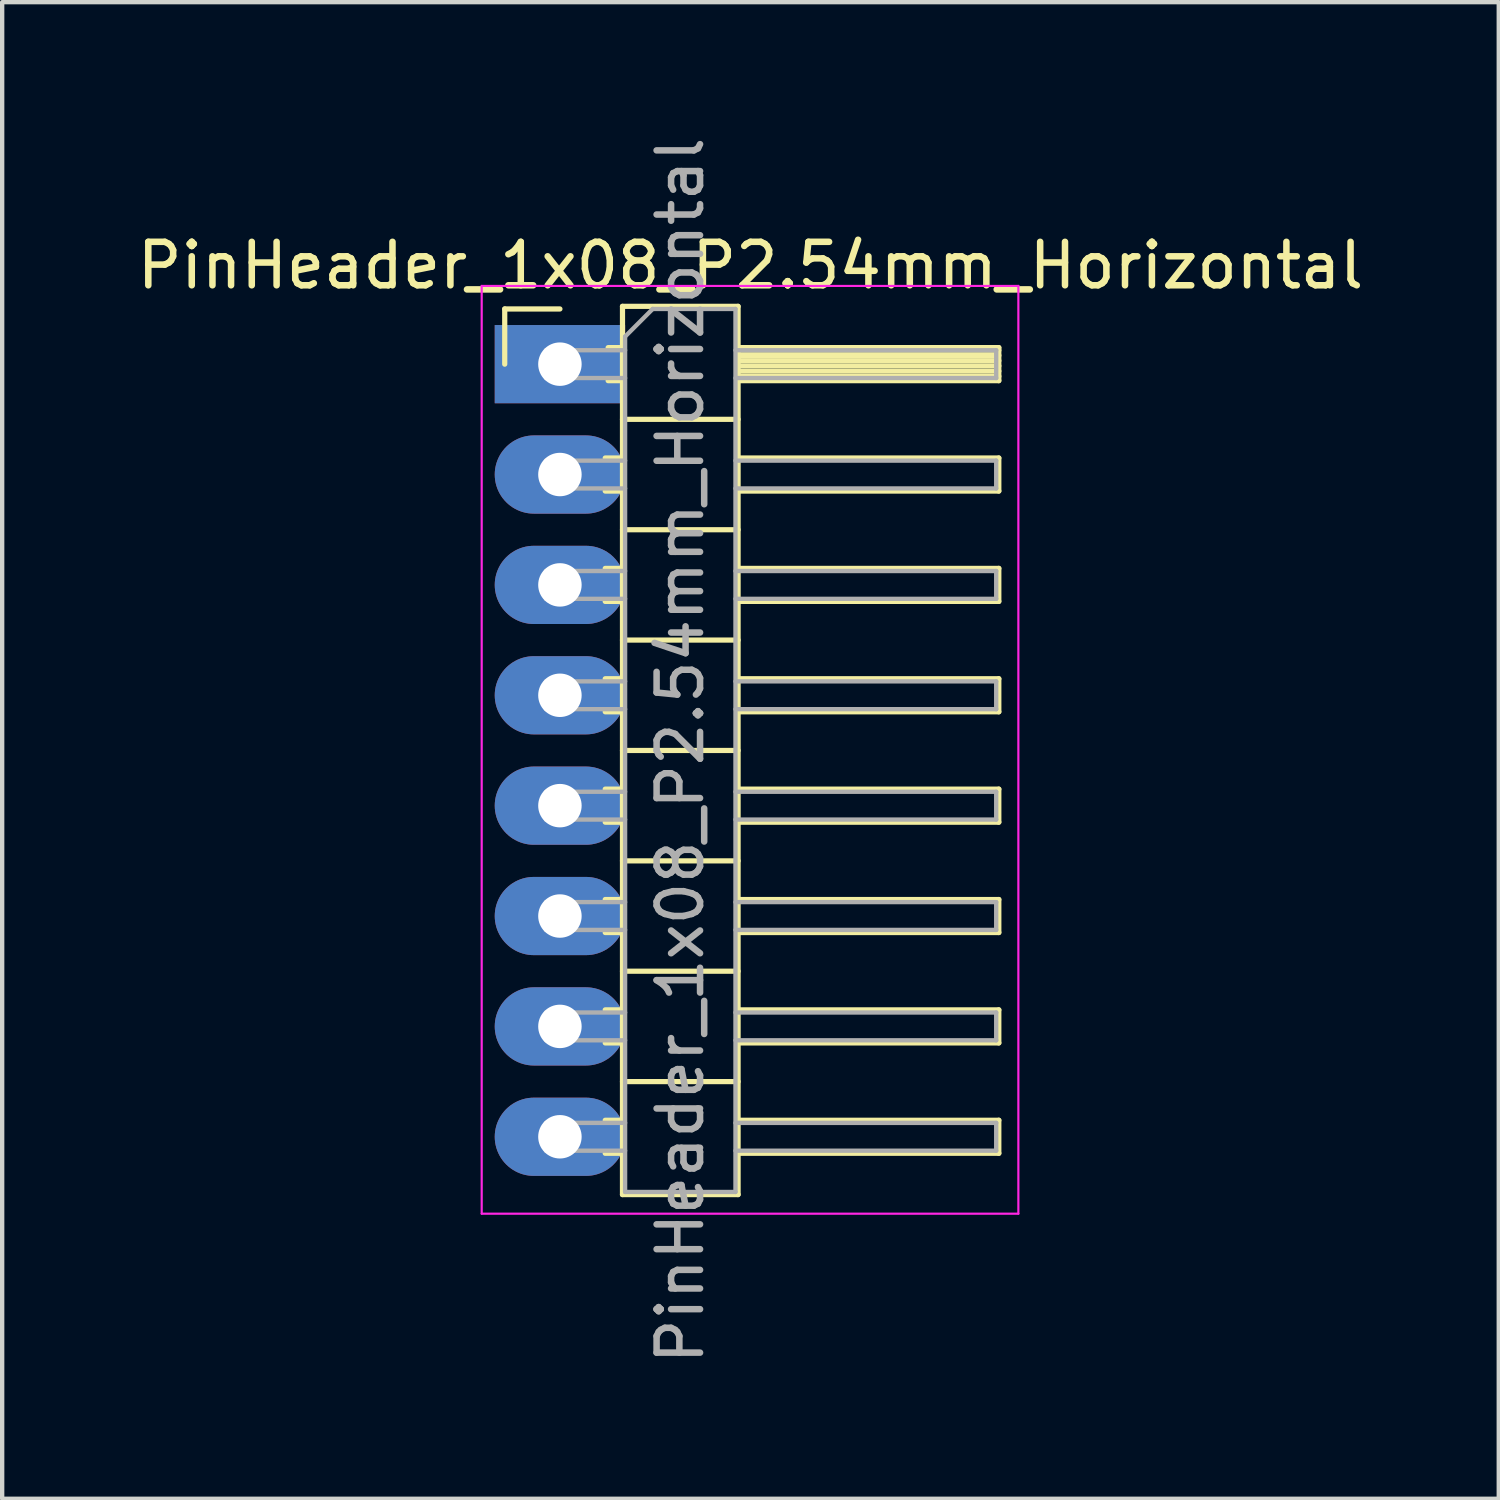
<source format=kicad_pcb>
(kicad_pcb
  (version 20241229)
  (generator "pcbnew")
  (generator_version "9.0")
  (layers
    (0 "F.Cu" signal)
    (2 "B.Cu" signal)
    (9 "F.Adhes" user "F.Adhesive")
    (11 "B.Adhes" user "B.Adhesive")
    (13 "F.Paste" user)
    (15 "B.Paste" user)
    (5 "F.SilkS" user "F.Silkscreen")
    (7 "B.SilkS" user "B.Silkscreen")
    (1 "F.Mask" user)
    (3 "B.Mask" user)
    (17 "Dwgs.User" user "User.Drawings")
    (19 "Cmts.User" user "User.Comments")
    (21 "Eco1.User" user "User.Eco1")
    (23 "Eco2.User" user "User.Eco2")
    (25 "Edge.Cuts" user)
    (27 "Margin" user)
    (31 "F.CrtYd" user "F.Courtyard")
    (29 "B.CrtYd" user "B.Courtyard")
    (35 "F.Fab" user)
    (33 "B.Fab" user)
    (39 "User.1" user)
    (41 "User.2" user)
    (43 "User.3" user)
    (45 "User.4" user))
  (footprint "PinHeader_1x08_P2.54mm_Horizontal"
    (layer "F.Cu")
    (at 9.835 5.33)
    (property "Reference" "PinHeader_1x08_P2.54mm_Horizontal" (at 4.385 -2.27 0) (layer "F.SilkS") (effects (font (size 1 1) (thickness 0.15))))
    (attr through_hole)
    (fp_line (start -1.27 -1.27) (end 0 -1.27) (stroke (width 0.12) (type solid)) (layer "F.SilkS"))
    (fp_line (start -1.27 0) (end -1.27 -1.27) (stroke (width 0.12) (type solid)) (layer "F.SilkS"))
    (fp_line (start 1.043 2.16) (end 1.44 2.16) (stroke (width 0.12) (type solid)) (layer "F.SilkS"))
    (fp_line (start 1.043 2.92) (end 1.44 2.92) (stroke (width 0.12) (type solid)) (layer "F.SilkS"))
    (fp_line (start 1.043 4.7) (end 1.44 4.7) (stroke (width 0.12) (type solid)) (layer "F.SilkS"))
    (fp_line (start 1.043 5.46) (end 1.44 5.46) (stroke (width 0.12) (type solid)) (layer "F.SilkS"))
    (fp_line (start 1.043 7.24) (end 1.44 7.24) (stroke (width 0.12) (type solid)) (layer "F.SilkS"))
    (fp_line (start 1.043 8) (end 1.44 8) (stroke (width 0.12) (type solid)) (layer "F.SilkS"))
    (fp_line (start 1.043 9.78) (end 1.44 9.78) (stroke (width 0.12) (type solid)) (layer "F.SilkS"))
    (fp_line (start 1.043 10.54) (end 1.44 10.54) (stroke (width 0.12) (type solid)) (layer "F.SilkS"))
    (fp_line (start 1.043 12.32) (end 1.44 12.32) (stroke (width 0.12) (type solid)) (layer "F.SilkS"))
    (fp_line (start 1.043 13.08) (end 1.44 13.08) (stroke (width 0.12) (type solid)) (layer "F.SilkS"))
    (fp_line (start 1.043 14.86) (end 1.44 14.86) (stroke (width 0.12) (type solid)) (layer "F.SilkS"))
    (fp_line (start 1.043 15.62) (end 1.44 15.62) (stroke (width 0.12) (type solid)) (layer "F.SilkS"))
    (fp_line (start 1.043 17.4) (end 1.44 17.4) (stroke (width 0.12) (type solid)) (layer "F.SilkS"))
    (fp_line (start 1.043 18.16) (end 1.44 18.16) (stroke (width 0.12) (type solid)) (layer "F.SilkS"))
    (fp_line (start 1.11 -0.38) (end 1.44 -0.38) (stroke (width 0.12) (type solid)) (layer "F.SilkS"))
    (fp_line (start 1.11 0.38) (end 1.44 0.38) (stroke (width 0.12) (type solid)) (layer "F.SilkS"))
    (fp_line (start 1.44 -1.33) (end 1.44 19.11) (stroke (width 0.12) (type solid)) (layer "F.SilkS"))
    (fp_line (start 1.44 1.27) (end 4.1 1.27) (stroke (width 0.12) (type solid)) (layer "F.SilkS"))
    (fp_line (start 1.44 3.81) (end 4.1 3.81) (stroke (width 0.12) (type solid)) (layer "F.SilkS"))
    (fp_line (start 1.44 6.35) (end 4.1 6.35) (stroke (width 0.12) (type solid)) (layer "F.SilkS"))
    (fp_line (start 1.44 8.89) (end 4.1 8.89) (stroke (width 0.12) (type solid)) (layer "F.SilkS"))
    (fp_line (start 1.44 11.43) (end 4.1 11.43) (stroke (width 0.12) (type solid)) (layer "F.SilkS"))
    (fp_line (start 1.44 13.97) (end 4.1 13.97) (stroke (width 0.12) (type solid)) (layer "F.SilkS"))
    (fp_line (start 1.44 16.51) (end 4.1 16.51) (stroke (width 0.12) (type solid)) (layer "F.SilkS"))
    (fp_line (start 1.44 19.11) (end 4.1 19.11) (stroke (width 0.12) (type solid)) (layer "F.SilkS"))
    (fp_line (start 4.1 -1.33) (end 1.44 -1.33) (stroke (width 0.12) (type solid)) (layer "F.SilkS"))
    (fp_line (start 4.1 -0.38) (end 10.1 -0.38) (stroke (width 0.12) (type solid)) (layer "F.SilkS"))
    (fp_line (start 4.1 -0.32) (end 10.1 -0.32) (stroke (width 0.12) (type solid)) (layer "F.SilkS"))
    (fp_line (start 4.1 -0.2) (end 10.1 -0.2) (stroke (width 0.12) (type solid)) (layer "F.SilkS"))
    (fp_line (start 4.1 -0.08) (end 10.1 -0.08) (stroke (width 0.12) (type solid)) (layer "F.SilkS"))
    (fp_line (start 4.1 0.04) (end 10.1 0.04) (stroke (width 0.12) (type solid)) (layer "F.SilkS"))
    (fp_line (start 4.1 0.16) (end 10.1 0.16) (stroke (width 0.12) (type solid)) (layer "F.SilkS"))
    (fp_line (start 4.1 0.28) (end 10.1 0.28) (stroke (width 0.12) (type solid)) (layer "F.SilkS"))
    (fp_line (start 4.1 2.16) (end 10.1 2.16) (stroke (width 0.12) (type solid)) (layer "F.SilkS"))
    (fp_line (start 4.1 4.7) (end 10.1 4.7) (stroke (width 0.12) (type solid)) (layer "F.SilkS"))
    (fp_line (start 4.1 7.24) (end 10.1 7.24) (stroke (width 0.12) (type solid)) (layer "F.SilkS"))
    (fp_line (start 4.1 9.78) (end 10.1 9.78) (stroke (width 0.12) (type solid)) (layer "F.SilkS"))
    (fp_line (start 4.1 12.32) (end 10.1 12.32) (stroke (width 0.12) (type solid)) (layer "F.SilkS"))
    (fp_line (start 4.1 14.86) (end 10.1 14.86) (stroke (width 0.12) (type solid)) (layer "F.SilkS"))
    (fp_line (start 4.1 17.4) (end 10.1 17.4) (stroke (width 0.12) (type solid)) (layer "F.SilkS"))
    (fp_line (start 4.1 19.11) (end 4.1 -1.33) (stroke (width 0.12) (type solid)) (layer "F.SilkS"))
    (fp_line (start 10.1 -0.38) (end 10.1 0.38) (stroke (width 0.12) (type solid)) (layer "F.SilkS"))
    (fp_line (start 10.1 0.38) (end 4.1 0.38) (stroke (width 0.12) (type solid)) (layer "F.SilkS"))
    (fp_line (start 10.1 2.16) (end 10.1 2.92) (stroke (width 0.12) (type solid)) (layer "F.SilkS"))
    (fp_line (start 10.1 2.92) (end 4.1 2.92) (stroke (width 0.12) (type solid)) (layer "F.SilkS"))
    (fp_line (start 10.1 4.7) (end 10.1 5.46) (stroke (width 0.12) (type solid)) (layer "F.SilkS"))
    (fp_line (start 10.1 5.46) (end 4.1 5.46) (stroke (width 0.12) (type solid)) (layer "F.SilkS"))
    (fp_line (start 10.1 7.24) (end 10.1 8) (stroke (width 0.12) (type solid)) (layer "F.SilkS"))
    (fp_line (start 10.1 8) (end 4.1 8) (stroke (width 0.12) (type solid)) (layer "F.SilkS"))
    (fp_line (start 10.1 9.78) (end 10.1 10.54) (stroke (width 0.12) (type solid)) (layer "F.SilkS"))
    (fp_line (start 10.1 10.54) (end 4.1 10.54) (stroke (width 0.12) (type solid)) (layer "F.SilkS"))
    (fp_line (start 10.1 12.32) (end 10.1 13.08) (stroke (width 0.12) (type solid)) (layer "F.SilkS"))
    (fp_line (start 10.1 13.08) (end 4.1 13.08) (stroke (width 0.12) (type solid)) (layer "F.SilkS"))
    (fp_line (start 10.1 14.86) (end 10.1 15.62) (stroke (width 0.12) (type solid)) (layer "F.SilkS"))
    (fp_line (start 10.1 15.62) (end 4.1 15.62) (stroke (width 0.12) (type solid)) (layer "F.SilkS"))
    (fp_line (start 10.1 17.4) (end 10.1 18.16) (stroke (width 0.12) (type solid)) (layer "F.SilkS"))
    (fp_line (start 10.1 18.16) (end 4.1 18.16) (stroke (width 0.12) (type solid)) (layer "F.SilkS"))
    (fp_line (start -1.8 -1.8) (end -1.8 19.55) (stroke (width 0.05) (type solid)) (layer "F.CrtYd"))
    (fp_line (start -1.8 19.55) (end 10.55 19.55) (stroke (width 0.05) (type solid)) (layer "F.CrtYd"))
    (fp_line (start 10.55 -1.8) (end -1.8 -1.8) (stroke (width 0.05) (type solid)) (layer "F.CrtYd"))
    (fp_line (start 10.55 19.55) (end 10.55 -1.8) (stroke (width 0.05) (type solid)) (layer "F.CrtYd"))
    (fp_line (start -0.32 -0.32) (end -0.32 0.32) (stroke (width 0.1) (type solid)) (layer "F.Fab"))
    (fp_line (start -0.32 -0.32) (end 1.5 -0.32) (stroke (width 0.1) (type solid)) (layer "F.Fab"))
    (fp_line (start -0.32 0.32) (end 1.5 0.32) (stroke (width 0.1) (type solid)) (layer "F.Fab"))
    (fp_line (start -0.32 2.22) (end -0.32 2.86) (stroke (width 0.1) (type solid)) (layer "F.Fab"))
    (fp_line (start -0.32 2.22) (end 1.5 2.22) (stroke (width 0.1) (type solid)) (layer "F.Fab"))
    (fp_line (start -0.32 2.86) (end 1.5 2.86) (stroke (width 0.1) (type solid)) (layer "F.Fab"))
    (fp_line (start -0.32 4.76) (end -0.32 5.4) (stroke (width 0.1) (type solid)) (layer "F.Fab"))
    (fp_line (start -0.32 4.76) (end 1.5 4.76) (stroke (width 0.1) (type solid)) (layer "F.Fab"))
    (fp_line (start -0.32 5.4) (end 1.5 5.4) (stroke (width 0.1) (type solid)) (layer "F.Fab"))
    (fp_line (start -0.32 7.3) (end -0.32 7.94) (stroke (width 0.1) (type solid)) (layer "F.Fab"))
    (fp_line (start -0.32 7.3) (end 1.5 7.3) (stroke (width 0.1) (type solid)) (layer "F.Fab"))
    (fp_line (start -0.32 7.94) (end 1.5 7.94) (stroke (width 0.1) (type solid)) (layer "F.Fab"))
    (fp_line (start -0.32 9.84) (end -0.32 10.48) (stroke (width 0.1) (type solid)) (layer "F.Fab"))
    (fp_line (start -0.32 9.84) (end 1.5 9.84) (stroke (width 0.1) (type solid)) (layer "F.Fab"))
    (fp_line (start -0.32 10.48) (end 1.5 10.48) (stroke (width 0.1) (type solid)) (layer "F.Fab"))
    (fp_line (start -0.32 12.38) (end -0.32 13.02) (stroke (width 0.1) (type solid)) (layer "F.Fab"))
    (fp_line (start -0.32 12.38) (end 1.5 12.38) (stroke (width 0.1) (type solid)) (layer "F.Fab"))
    (fp_line (start -0.32 13.02) (end 1.5 13.02) (stroke (width 0.1) (type solid)) (layer "F.Fab"))
    (fp_line (start -0.32 14.92) (end -0.32 15.56) (stroke (width 0.1) (type solid)) (layer "F.Fab"))
    (fp_line (start -0.32 14.92) (end 1.5 14.92) (stroke (width 0.1) (type solid)) (layer "F.Fab"))
    (fp_line (start -0.32 15.56) (end 1.5 15.56) (stroke (width 0.1) (type solid)) (layer "F.Fab"))
    (fp_line (start -0.32 17.46) (end -0.32 18.1) (stroke (width 0.1) (type solid)) (layer "F.Fab"))
    (fp_line (start -0.32 17.46) (end 1.5 17.46) (stroke (width 0.1) (type solid)) (layer "F.Fab"))
    (fp_line (start -0.32 18.1) (end 1.5 18.1) (stroke (width 0.1) (type solid)) (layer "F.Fab"))
    (fp_line (start 1.5 -0.635) (end 2.135 -1.27) (stroke (width 0.1) (type solid)) (layer "F.Fab"))
    (fp_line (start 1.5 19.05) (end 1.5 -0.635) (stroke (width 0.1) (type solid)) (layer "F.Fab"))
    (fp_line (start 2.135 -1.27) (end 4.04 -1.27) (stroke (width 0.1) (type solid)) (layer "F.Fab"))
    (fp_line (start 4.04 -1.27) (end 4.04 19.05) (stroke (width 0.1) (type solid)) (layer "F.Fab"))
    (fp_line (start 4.04 -0.32) (end 10.04 -0.32) (stroke (width 0.1) (type solid)) (layer "F.Fab"))
    (fp_line (start 4.04 0.32) (end 10.04 0.32) (stroke (width 0.1) (type solid)) (layer "F.Fab"))
    (fp_line (start 4.04 2.22) (end 10.04 2.22) (stroke (width 0.1) (type solid)) (layer "F.Fab"))
    (fp_line (start 4.04 2.86) (end 10.04 2.86) (stroke (width 0.1) (type solid)) (layer "F.Fab"))
    (fp_line (start 4.04 4.76) (end 10.04 4.76) (stroke (width 0.1) (type solid)) (layer "F.Fab"))
    (fp_line (start 4.04 5.4) (end 10.04 5.4) (stroke (width 0.1) (type solid)) (layer "F.Fab"))
    (fp_line (start 4.04 7.3) (end 10.04 7.3) (stroke (width 0.1) (type solid)) (layer "F.Fab"))
    (fp_line (start 4.04 7.94) (end 10.04 7.94) (stroke (width 0.1) (type solid)) (layer "F.Fab"))
    (fp_line (start 4.04 9.84) (end 10.04 9.84) (stroke (width 0.1) (type solid)) (layer "F.Fab"))
    (fp_line (start 4.04 10.48) (end 10.04 10.48) (stroke (width 0.1) (type solid)) (layer "F.Fab"))
    (fp_line (start 4.04 12.38) (end 10.04 12.38) (stroke (width 0.1) (type solid)) (layer "F.Fab"))
    (fp_line (start 4.04 13.02) (end 10.04 13.02) (stroke (width 0.1) (type solid)) (layer "F.Fab"))
    (fp_line (start 4.04 14.92) (end 10.04 14.92) (stroke (width 0.1) (type solid)) (layer "F.Fab"))
    (fp_line (start 4.04 15.56) (end 10.04 15.56) (stroke (width 0.1) (type solid)) (layer "F.Fab"))
    (fp_line (start 4.04 17.46) (end 10.04 17.46) (stroke (width 0.1) (type solid)) (layer "F.Fab"))
    (fp_line (start 4.04 18.1) (end 10.04 18.1) (stroke (width 0.1) (type solid)) (layer "F.Fab"))
    (fp_line (start 4.04 19.05) (end 1.5 19.05) (stroke (width 0.1) (type solid)) (layer "F.Fab"))
    (fp_line (start 10.04 -0.32) (end 10.04 0.32) (stroke (width 0.1) (type solid)) (layer "F.Fab"))
    (fp_line (start 10.04 2.22) (end 10.04 2.86) (stroke (width 0.1) (type solid)) (layer "F.Fab"))
    (fp_line (start 10.04 4.76) (end 10.04 5.4) (stroke (width 0.1) (type solid)) (layer "F.Fab"))
    (fp_line (start 10.04 7.3) (end 10.04 7.94) (stroke (width 0.1) (type solid)) (layer "F.Fab"))
    (fp_line (start 10.04 9.84) (end 10.04 10.48) (stroke (width 0.1) (type solid)) (layer "F.Fab"))
    (fp_line (start 10.04 12.38) (end 10.04 13.02) (stroke (width 0.1) (type solid)) (layer "F.Fab"))
    (fp_line (start 10.04 14.92) (end 10.04 15.56) (stroke (width 0.1) (type solid)) (layer "F.Fab"))
    (fp_line (start 10.04 17.46) (end 10.04 18.1) (stroke (width 0.1) (type solid)) (layer "F.Fab"))
    (fp_text user "${REFERENCE}" (at 2.77 8.89 90) (layer "F.Fab") (effects (font (size 1 1) (thickness 0.15))))
    (pad "1" thru_hole rect (at 0 0) (size 3 1.8) (drill 1) (layers "*.Cu" "*.Mask"))
    (pad "2" thru_hole oval (at 0 2.54) (size 3 1.8) (drill 1) (layers "*.Cu" "*.Mask"))
    (pad "3" thru_hole oval (at 0 5.08) (size 3 1.8) (drill 1) (layers "*.Cu" "*.Mask"))
    (pad "4" thru_hole oval (at 0 7.62) (size 3 1.8) (drill 1) (layers "*.Cu" "*.Mask"))
    (pad "5" thru_hole oval (at 0 10.16) (size 3 1.8) (drill 1) (layers "*.Cu" "*.Mask"))
    (pad "6" thru_hole oval (at 0 12.7) (size 3 1.8) (drill 1) (layers "*.Cu" "*.Mask"))
    (pad "7" thru_hole oval (at 0 15.24) (size 3 1.8) (drill 1) (layers "*.Cu" "*.Mask"))
    (pad "8" thru_hole oval (at 0 17.78) (size 3 1.8) (drill 1) (layers "*.Cu" "*.Mask")))
  (gr_rect
    (start -3 -3)
    (end 31.44 31.44)
    (stroke (width 0.1) (type default))
    (fill no)
    (layer "Edge.Cuts")))
</source>
